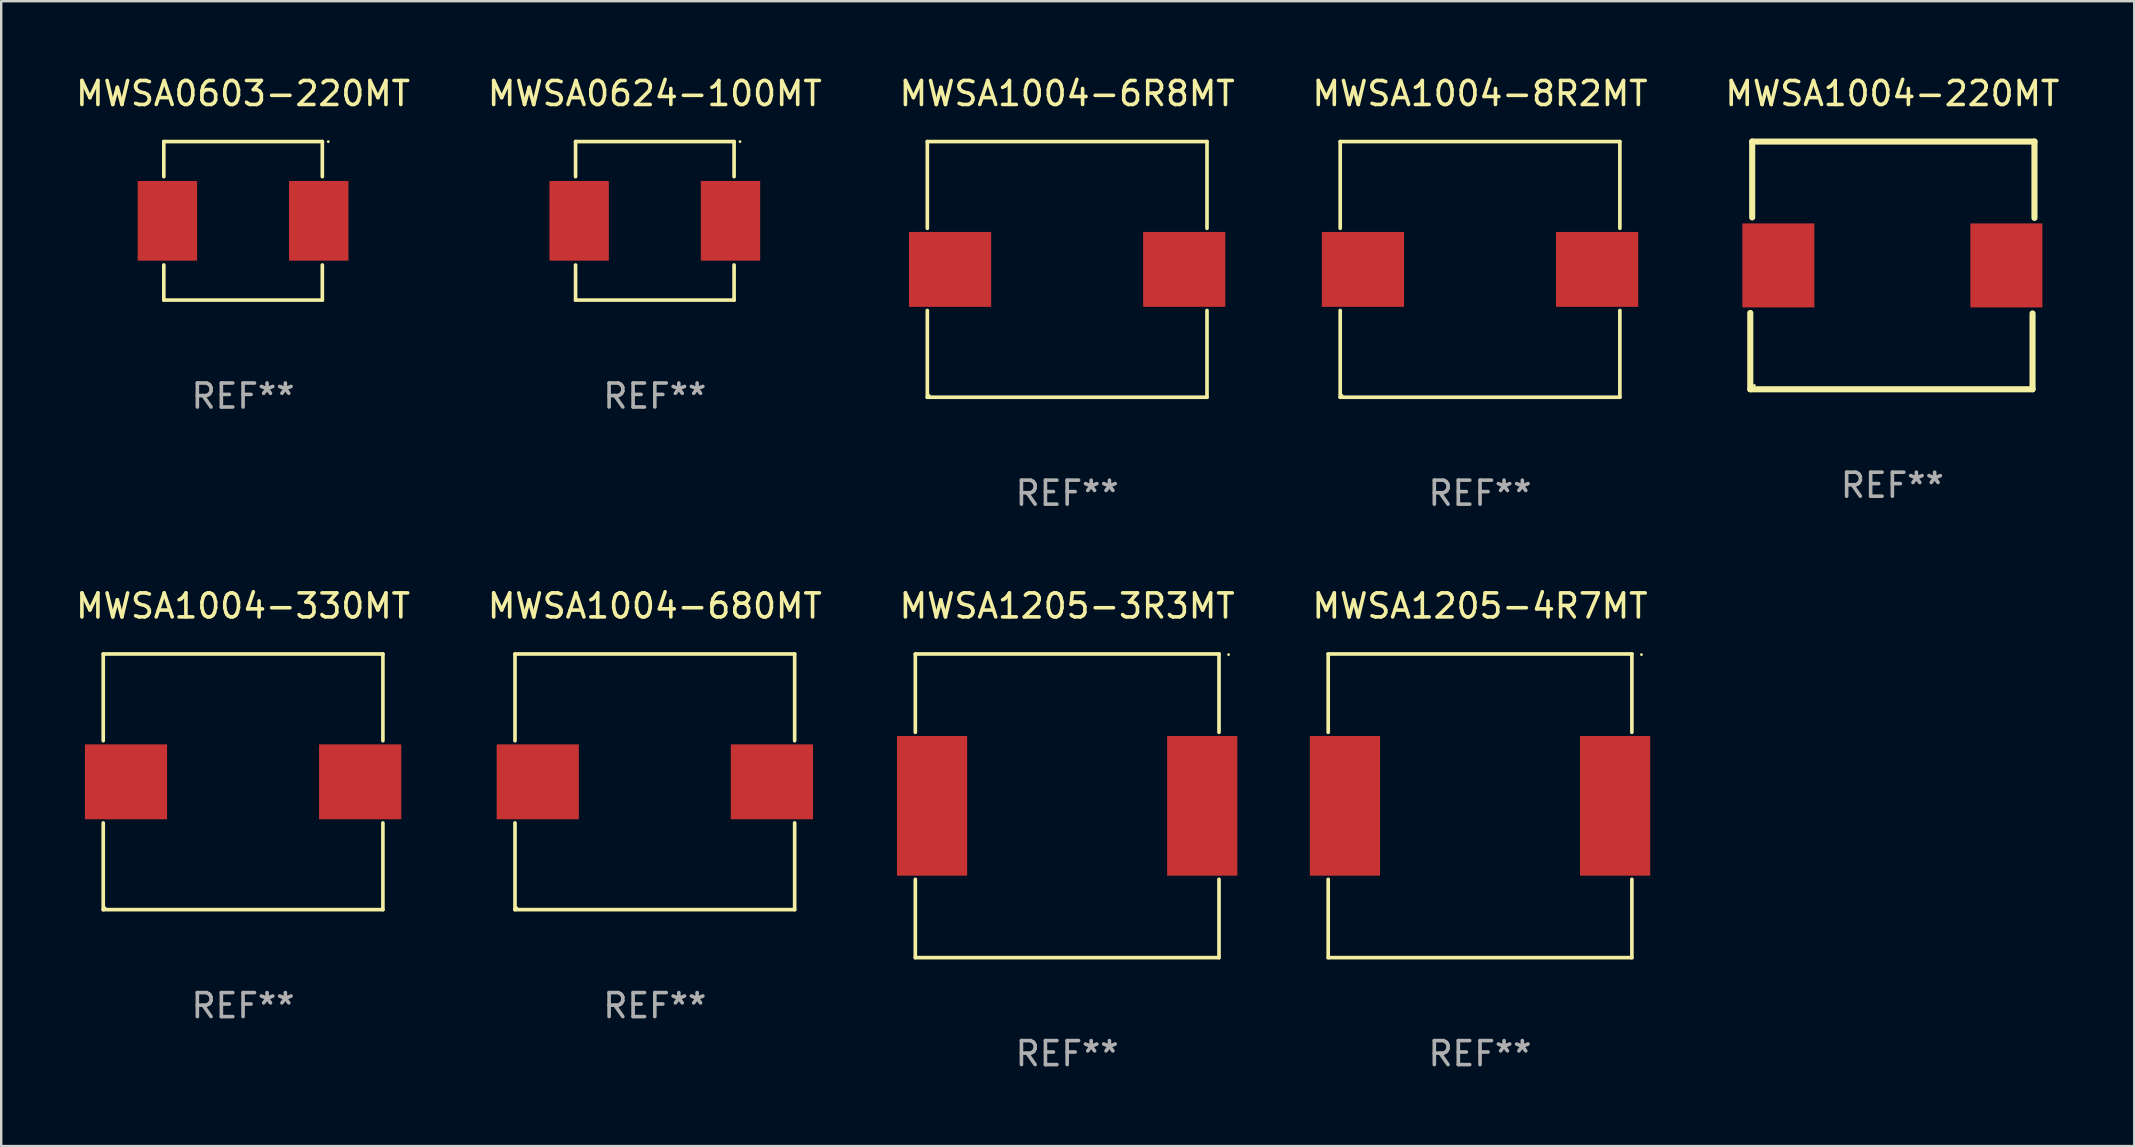
<source format=kicad_pcb>
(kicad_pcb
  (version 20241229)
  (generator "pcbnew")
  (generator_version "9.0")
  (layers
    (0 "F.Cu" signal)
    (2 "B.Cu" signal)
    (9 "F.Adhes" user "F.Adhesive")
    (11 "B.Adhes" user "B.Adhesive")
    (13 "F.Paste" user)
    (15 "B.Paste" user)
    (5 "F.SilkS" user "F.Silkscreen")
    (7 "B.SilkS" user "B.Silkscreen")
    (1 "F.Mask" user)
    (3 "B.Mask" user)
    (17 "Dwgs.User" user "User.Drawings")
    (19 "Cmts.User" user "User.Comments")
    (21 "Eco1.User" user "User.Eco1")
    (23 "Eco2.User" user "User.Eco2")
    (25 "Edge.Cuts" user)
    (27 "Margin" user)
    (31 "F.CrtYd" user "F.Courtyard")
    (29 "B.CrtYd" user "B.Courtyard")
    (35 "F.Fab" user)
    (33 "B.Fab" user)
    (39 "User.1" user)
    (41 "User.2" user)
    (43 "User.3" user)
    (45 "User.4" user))
  (footprint "MWSA1004-220MT"
    (layer "F.Cu")
    (at 75.792 8.008)
    (property "Reference" "MWSA1004-220MT" (at 0 -7.16 0) (layer "F.SilkS") (effects (font (size 1 1) (thickness 0.15))))
    (attr through_hole)
    (fp_line (start -5.92 5.16) (end -5.92 1.98) (stroke (width 0.254) (type solid)) (layer "F.SilkS"))
    (fp_line (start -5.84 -5.16) (end 5.92 -5.16) (stroke (width 0.254) (type solid)) (layer "F.SilkS"))
    (fp_line (start -5.84 -2) (end -5.84 -5.16) (stroke (width 0.254) (type solid)) (layer "F.SilkS"))
    (fp_line (start 5.84 2) (end 5.84 5.16) (stroke (width 0.254) (type solid)) (layer "F.SilkS"))
    (fp_line (start 5.84 5.16) (end -5.92 5.16) (stroke (width 0.254) (type solid)) (layer "F.SilkS"))
    (fp_line (start 5.92 -5.16) (end 5.92 -1.98) (stroke (width 0.254) (type solid)) (layer "F.SilkS"))
    (fp_circle (center -5.75 5) (end -5.72 5) (stroke (width 0.06) (type solid)) (fill no) (layer "F.SilkS"))
    (fp_text user "REF**" (at 0 9.16 0) (layer "F.Fab") (effects (font (size 1 1) (thickness 0.15))))
    (pad "1" smd rect (at -4.75 0) (size 3 3.5) (layers "F.Cu" "F.Mask" "F.Paste"))
    (pad "2" smd rect (at 4.75 0) (size 3 3.5) (layers "F.Cu" "F.Mask" "F.Paste")))
  (footprint "MWSA0603-220MT"
    (layer "F.Cu")
    (at 7.077 6.15)
    (property "Reference" "MWSA0603-220MT" (at 0 -5.302 0) (layer "F.SilkS") (effects (font (size 1 1) (thickness 0.15))))
    (attr through_hole)
    (fp_line (start -3.302 -3.302) (end -3.302 -1.84) (stroke (width 0.152) (type solid)) (layer "F.SilkS"))
    (fp_line (start -3.302 1.84) (end -3.302 3.302) (stroke (width 0.152) (type solid)) (layer "F.SilkS"))
    (fp_line (start -3.302 3.302) (end 3.302 3.302) (stroke (width 0.152) (type solid)) (layer "F.SilkS"))
    (fp_line (start 3.302 -3.302) (end -3.302 -3.302) (stroke (width 0.152) (type solid)) (layer "F.SilkS"))
    (fp_line (start 3.302 -1.84) (end 3.302 -3.302) (stroke (width 0.152) (type solid)) (layer "F.SilkS"))
    (fp_line (start 3.302 3.302) (end 3.302 1.84) (stroke (width 0.152) (type solid)) (layer "F.SilkS"))
    (fp_circle (center 3.55 -3.3) (end 3.58 -3.3) (stroke (width 0.06) (type solid)) (fill no) (layer "F.SilkS"))
    (fp_text user "REF**" (at 0 7.302 0) (layer "F.Fab") (effects (font (size 1 1) (thickness 0.15))))
    (pad "1" smd rect (at 3.153 0) (size 2.474 3.32) (layers "F.Cu" "F.Mask" "F.Paste"))
    (pad "2" smd rect (at -3.153 0) (size 2.474 3.32) (layers "F.Cu" "F.Mask" "F.Paste")))
  (footprint "MWSA1205-4R7MT"
    (layer "F.Cu")
    (at 58.613 30.523)
    (property "Reference" "MWSA1205-4R7MT" (at 0 -8.326 0) (layer "F.SilkS") (effects (font (size 1 1) (thickness 0.15))))
    (attr through_hole)
    (fp_line (start -6.326 -6.326) (end 6.326 -6.326) (stroke (width 0.152) (type solid)) (layer "F.SilkS"))
    (fp_line (start -6.326 -3.062) (end -6.326 -6.326) (stroke (width 0.152) (type solid)) (layer "F.SilkS"))
    (fp_line (start -6.326 3.062) (end -6.326 6.326) (stroke (width 0.152) (type solid)) (layer "F.SilkS"))
    (fp_line (start -6.326 6.326) (end 6.326 6.326) (stroke (width 0.152) (type solid)) (layer "F.SilkS"))
    (fp_line (start 6.326 -6.326) (end 6.326 -3.062) (stroke (width 0.152) (type solid)) (layer "F.SilkS"))
    (fp_line (start 6.326 6.326) (end 6.326 3.062) (stroke (width 0.152) (type solid)) (layer "F.SilkS"))
    (fp_circle (center 6.725 -6.3) (end 6.755 -6.3) (stroke (width 0.06) (type solid)) (fill no) (layer "F.SilkS"))
    (fp_text user "REF**" (at 0 10.326 0) (layer "F.Fab") (effects (font (size 1 1) (thickness 0.15))))
    (pad "1" smd rect (at 5.628 0) (size 2.924 5.82) (layers "F.Cu" "F.Mask" "F.Paste"))
    (pad "2" smd rect (at -5.628 0) (size 2.924 5.82) (layers "F.Cu" "F.Mask" "F.Paste")))
  (footprint "MWSA1004-6R8MT"
    (layer "F.Cu")
    (at 41.411 8.174)
    (property "Reference" "MWSA1004-6R8MT" (at 0 -7.326 0) (layer "F.SilkS") (effects (font (size 1 1) (thickness 0.15))))
    (attr through_hole)
    (fp_line (start -5.826 -5.326) (end 5.826 -5.326) (stroke (width 0.152) (type solid)) (layer "F.SilkS"))
    (fp_line (start -5.826 -1.712) (end -5.826 -5.326) (stroke (width 0.152) (type solid)) (layer "F.SilkS"))
    (fp_line (start -5.826 1.712) (end -5.826 5.326) (stroke (width 0.152) (type solid)) (layer "F.SilkS"))
    (fp_line (start -5.826 5.326) (end 5.826 5.326) (stroke (width 0.152) (type solid)) (layer "F.SilkS"))
    (fp_line (start 5.826 -5.326) (end 5.826 -1.712) (stroke (width 0.152) (type solid)) (layer "F.SilkS"))
    (fp_line (start 5.826 5.326) (end 5.826 1.712) (stroke (width 0.152) (type solid)) (layer "F.SilkS"))
    (fp_circle (center -5.75 5.25) (end -5.72 5.25) (stroke (width 0.06) (type solid)) (fill no) (layer "F.SilkS"))
    (fp_text user "REF**" (at 0 9.326 0) (layer "F.Fab") (effects (font (size 1 1) (thickness 0.15))))
    (pad "1" smd rect (at 4.878 0) (size 3.424 3.12) (layers "F.Cu" "F.Mask" "F.Paste"))
    (pad "2" smd rect (at -4.878 0) (size 3.424 3.12) (layers "F.Cu" "F.Mask" "F.Paste")))
  (footprint "MWSA1004-330MT"
    (layer "F.Cu")
    (at 7.077 29.523)
    (property "Reference" "MWSA1004-330MT" (at 0 -7.326 0) (layer "F.SilkS") (effects (font (size 1 1) (thickness 0.15))))
    (attr through_hole)
    (fp_line (start -5.826 -5.326) (end 5.826 -5.326) (stroke (width 0.152) (type solid)) (layer "F.SilkS"))
    (fp_line (start -5.826 -1.712) (end -5.826 -5.326) (stroke (width 0.152) (type solid)) (layer "F.SilkS"))
    (fp_line (start -5.826 1.712) (end -5.826 5.326) (stroke (width 0.152) (type solid)) (layer "F.SilkS"))
    (fp_line (start -5.826 5.326) (end 5.826 5.326) (stroke (width 0.152) (type solid)) (layer "F.SilkS"))
    (fp_line (start 5.826 -5.326) (end 5.826 -1.712) (stroke (width 0.152) (type solid)) (layer "F.SilkS"))
    (fp_line (start 5.826 5.326) (end 5.826 1.712) (stroke (width 0.152) (type solid)) (layer "F.SilkS"))
    (fp_circle (center -5.75 5.25) (end -5.72 5.25) (stroke (width 0.06) (type solid)) (fill no) (layer "F.SilkS"))
    (fp_text user "REF**" (at 0 9.326 0) (layer "F.Fab") (effects (font (size 1 1) (thickness 0.15))))
    (pad "1" smd rect (at 4.878 0) (size 3.424 3.12) (layers "F.Cu" "F.Mask" "F.Paste"))
    (pad "2" smd rect (at -4.878 0) (size 3.424 3.12) (layers "F.Cu" "F.Mask" "F.Paste")))
  (footprint "MWSA1004-680MT"
    (layer "F.Cu")
    (at 24.232 29.523)
    (property "Reference" "MWSA1004-680MT" (at 0 -7.326 0) (layer "F.SilkS") (effects (font (size 1 1) (thickness 0.15))))
    (attr through_hole)
    (fp_line (start -5.826 -5.326) (end 5.826 -5.326) (stroke (width 0.152) (type solid)) (layer "F.SilkS"))
    (fp_line (start -5.826 -1.712) (end -5.826 -5.326) (stroke (width 0.152) (type solid)) (layer "F.SilkS"))
    (fp_line (start -5.826 1.712) (end -5.826 5.326) (stroke (width 0.152) (type solid)) (layer "F.SilkS"))
    (fp_line (start -5.826 5.326) (end 5.826 5.326) (stroke (width 0.152) (type solid)) (layer "F.SilkS"))
    (fp_line (start 5.826 -5.326) (end 5.826 -1.712) (stroke (width 0.152) (type solid)) (layer "F.SilkS"))
    (fp_line (start 5.826 5.326) (end 5.826 1.712) (stroke (width 0.152) (type solid)) (layer "F.SilkS"))
    (fp_circle (center -5.75 5.25) (end -5.72 5.25) (stroke (width 0.06) (type solid)) (fill no) (layer "F.SilkS"))
    (fp_text user "REF**" (at 0 9.326 0) (layer "F.Fab") (effects (font (size 1 1) (thickness 0.15))))
    (pad "1" smd rect (at 4.878 0) (size 3.424 3.12) (layers "F.Cu" "F.Mask" "F.Paste"))
    (pad "2" smd rect (at -4.878 0) (size 3.424 3.12) (layers "F.Cu" "F.Mask" "F.Paste")))
  (footprint "MWSA1205-3R3MT"
    (layer "F.Cu")
    (at 41.411 30.523)
    (property "Reference" "MWSA1205-3R3MT" (at 0 -8.326 0) (layer "F.SilkS") (effects (font (size 1 1) (thickness 0.15))))
    (attr through_hole)
    (fp_line (start -6.326 -6.326) (end 6.326 -6.326) (stroke (width 0.152) (type solid)) (layer "F.SilkS"))
    (fp_line (start -6.326 -3.062) (end -6.326 -6.326) (stroke (width 0.152) (type solid)) (layer "F.SilkS"))
    (fp_line (start -6.326 3.062) (end -6.326 6.326) (stroke (width 0.152) (type solid)) (layer "F.SilkS"))
    (fp_line (start -6.326 6.326) (end 6.326 6.326) (stroke (width 0.152) (type solid)) (layer "F.SilkS"))
    (fp_line (start 6.326 -6.326) (end 6.326 -3.062) (stroke (width 0.152) (type solid)) (layer "F.SilkS"))
    (fp_line (start 6.326 6.326) (end 6.326 3.062) (stroke (width 0.152) (type solid)) (layer "F.SilkS"))
    (fp_circle (center 6.725 -6.3) (end 6.755 -6.3) (stroke (width 0.06) (type solid)) (fill no) (layer "F.SilkS"))
    (fp_text user "REF**" (at 0 10.326 0) (layer "F.Fab") (effects (font (size 1 1) (thickness 0.15))))
    (pad "1" smd rect (at 5.628 0) (size 2.924 5.82) (layers "F.Cu" "F.Mask" "F.Paste"))
    (pad "2" smd rect (at -5.628 0) (size 2.924 5.82) (layers "F.Cu" "F.Mask" "F.Paste")))
  (footprint "MWSA1004-8R2MT"
    (layer "F.Cu")
    (at 58.613 8.174)
    (property "Reference" "MWSA1004-8R2MT" (at 0 -7.326 0) (layer "F.SilkS") (effects (font (size 1 1) (thickness 0.15))))
    (attr through_hole)
    (fp_line (start -5.826 -5.326) (end 5.826 -5.326) (stroke (width 0.152) (type solid)) (layer "F.SilkS"))
    (fp_line (start -5.826 -1.712) (end -5.826 -5.326) (stroke (width 0.152) (type solid)) (layer "F.SilkS"))
    (fp_line (start -5.826 1.712) (end -5.826 5.326) (stroke (width 0.152) (type solid)) (layer "F.SilkS"))
    (fp_line (start -5.826 5.326) (end 5.826 5.326) (stroke (width 0.152) (type solid)) (layer "F.SilkS"))
    (fp_line (start 5.826 -5.326) (end 5.826 -1.712) (stroke (width 0.152) (type solid)) (layer "F.SilkS"))
    (fp_line (start 5.826 5.326) (end 5.826 1.712) (stroke (width 0.152) (type solid)) (layer "F.SilkS"))
    (fp_circle (center -5.75 5.25) (end -5.72 5.25) (stroke (width 0.06) (type solid)) (fill no) (layer "F.SilkS"))
    (fp_text user "REF**" (at 0 9.326 0) (layer "F.Fab") (effects (font (size 1 1) (thickness 0.15))))
    (pad "1" smd rect (at 4.878 0) (size 3.424 3.12) (layers "F.Cu" "F.Mask" "F.Paste"))
    (pad "2" smd rect (at -4.878 0) (size 3.424 3.12) (layers "F.Cu" "F.Mask" "F.Paste")))
  (footprint "MWSA0624-100MT"
    (layer "F.Cu")
    (at 24.232 6.15)
    (property "Reference" "MWSA0624-100MT" (at 0 -5.302 0) (layer "F.SilkS") (effects (font (size 1 1) (thickness 0.15))))
    (attr through_hole)
    (fp_line (start -3.302 -3.302) (end -3.302 -1.84) (stroke (width 0.152) (type solid)) (layer "F.SilkS"))
    (fp_line (start -3.302 1.84) (end -3.302 3.302) (stroke (width 0.152) (type solid)) (layer "F.SilkS"))
    (fp_line (start -3.302 3.302) (end 3.302 3.302) (stroke (width 0.152) (type solid)) (layer "F.SilkS"))
    (fp_line (start 3.302 -3.302) (end -3.302 -3.302) (stroke (width 0.152) (type solid)) (layer "F.SilkS"))
    (fp_line (start 3.302 -1.84) (end 3.302 -3.302) (stroke (width 0.152) (type solid)) (layer "F.SilkS"))
    (fp_line (start 3.302 3.302) (end 3.302 1.84) (stroke (width 0.152) (type solid)) (layer "F.SilkS"))
    (fp_circle (center 3.55 -3.3) (end 3.58 -3.3) (stroke (width 0.06) (type solid)) (fill no) (layer "F.SilkS"))
    (fp_text user "REF**" (at 0 7.302 0) (layer "F.Fab") (effects (font (size 1 1) (thickness 0.15))))
    (pad "1" smd rect (at 3.153 0) (size 2.474 3.32) (layers "F.Cu" "F.Mask" "F.Paste"))
    (pad "2" smd rect (at -3.153 0) (size 2.474 3.32) (layers "F.Cu" "F.Mask" "F.Paste")))
  (gr_rect
    (start -3 -3)
    (end 85.869 44.698)
    (stroke (width 0.1) (type default))
    (fill no)
    (layer "Edge.Cuts")))
</source>
